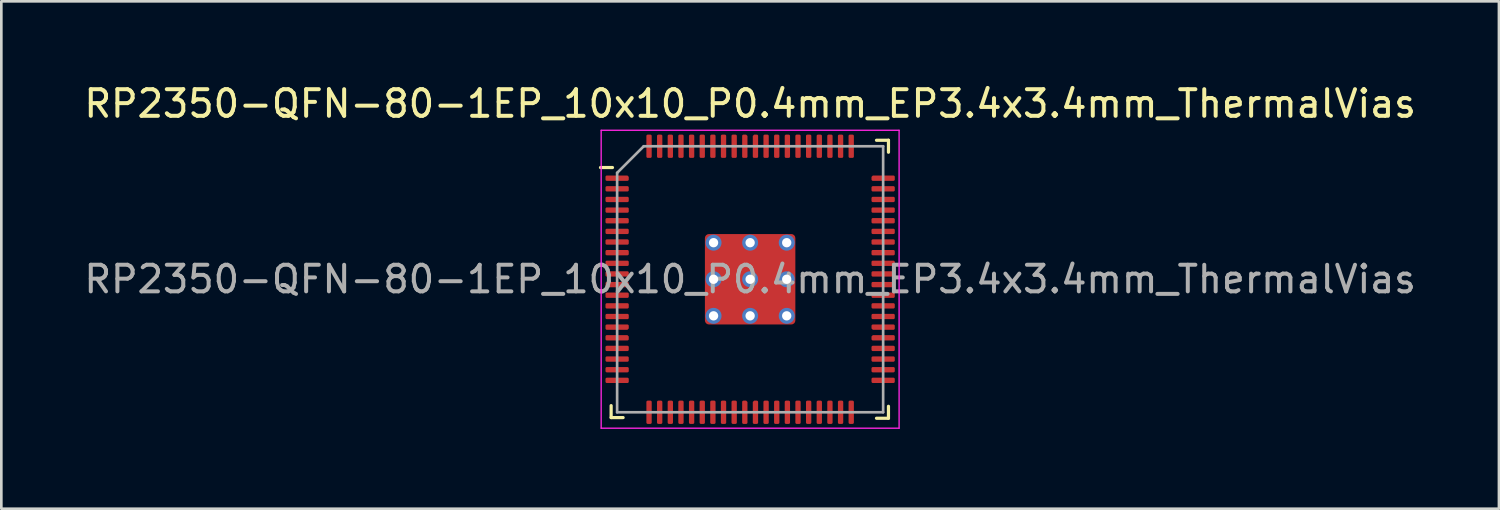
<source format=kicad_pcb>
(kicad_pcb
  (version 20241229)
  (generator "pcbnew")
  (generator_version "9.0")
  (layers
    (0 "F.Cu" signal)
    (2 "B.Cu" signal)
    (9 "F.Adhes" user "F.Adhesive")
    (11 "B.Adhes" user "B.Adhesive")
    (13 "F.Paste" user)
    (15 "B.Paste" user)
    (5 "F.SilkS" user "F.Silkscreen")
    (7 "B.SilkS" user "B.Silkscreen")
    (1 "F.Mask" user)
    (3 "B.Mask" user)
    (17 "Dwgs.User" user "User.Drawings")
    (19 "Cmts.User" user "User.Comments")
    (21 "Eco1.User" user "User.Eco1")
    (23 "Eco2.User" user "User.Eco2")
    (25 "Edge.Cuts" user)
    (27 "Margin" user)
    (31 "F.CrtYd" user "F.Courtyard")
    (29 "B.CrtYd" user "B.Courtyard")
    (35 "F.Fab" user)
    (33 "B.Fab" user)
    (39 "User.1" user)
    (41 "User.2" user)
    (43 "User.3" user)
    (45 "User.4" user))
  (footprint "RP2350-QFN-80-1EP_10x10_P0.4mm_EP3.4x3.4mm_ThermalVias"
    (layer "F.Cu")
    (at 25.149 7.448)
    (property "Reference" "RP2350-QFN-80-1EP_10x10_P0.4mm_EP3.4x3.4mm_ThermalVias" (at 0 -6.6 0) (layer "F.SilkS") (effects (font (size 1 1) (thickness 0.15))))
    (attr smd)
    (fp_line (start -5.225 5.2) (end -5.225 4.75) (stroke (width 0.12) (type solid)) (layer "F.SilkS"))
    (fp_line (start -5.175 -4.2) (end -5.625 -4.2) (stroke (width 0.12) (type solid)) (layer "F.SilkS"))
    (fp_line (start -4.775 5.2) (end -5.225 5.2) (stroke (width 0.12) (type solid)) (layer "F.SilkS"))
    (fp_line (start 4.75 -5.225) (end 5.2 -5.225) (stroke (width 0.12) (type solid)) (layer "F.SilkS"))
    (fp_line (start 4.75 5.225) (end 5.2 5.225) (stroke (width 0.12) (type solid)) (layer "F.SilkS"))
    (fp_line (start 5.2 -5.225) (end 5.2 -4.775) (stroke (width 0.12) (type solid)) (layer "F.SilkS"))
    (fp_line (start 5.2 5.225) (end 5.2 4.775) (stroke (width 0.12) (type solid)) (layer "F.SilkS"))
    (fp_line (start -5.6 -5.6) (end -5.6 5.6) (stroke (width 0.05) (type solid)) (layer "F.CrtYd"))
    (fp_line (start -5.6 5.6) (end 5.6 5.6) (stroke (width 0.05) (type solid)) (layer "F.CrtYd"))
    (fp_line (start 5.6 -5.6) (end -5.6 -5.6) (stroke (width 0.05) (type solid)) (layer "F.CrtYd"))
    (fp_line (start 5.6 5.6) (end 5.6 -5.6) (stroke (width 0.05) (type solid)) (layer "F.CrtYd"))
    (fp_line (start -5 -4) (end -4 -5) (stroke (width 0.1) (type solid)) (layer "F.Fab"))
    (fp_line (start -5 5) (end -5 -4) (stroke (width 0.1) (type solid)) (layer "F.Fab"))
    (fp_line (start -4 -5) (end 5 -5) (stroke (width 0.1) (type solid)) (layer "F.Fab"))
    (fp_line (start 5 -5) (end 5 5) (stroke (width 0.1) (type solid)) (layer "F.Fab"))
    (fp_line (start 5 5) (end -5 5) (stroke (width 0.1) (type solid)) (layer "F.Fab"))
    (fp_text user "${REFERENCE}" (at 0 0 0) (layer "F.Fab") (effects (font (size 1 1) (thickness 0.15))))
    (pad "" smd roundrect (at -0.7 -0.7) (size 1.2 1.2) (layers "F.Paste") (roundrect_rratio 0.208))
    (pad "" smd roundrect (at -0.7 0.7) (size 1.2 1.2) (layers "F.Paste") (roundrect_rratio 0.208))
    (pad "" smd roundrect (at 0.7 -0.7) (size 1.2 1.2) (layers "F.Paste") (roundrect_rratio 0.208))
    (pad "" smd roundrect (at 0.7 0.7) (size 1.2 1.2) (layers "F.Paste") (roundrect_rratio 0.208))
    (pad "1" smd roundrect (at -5 -3.8) (size 0.875 0.2) (layers "F.Cu" "F.Mask" "F.Paste") (roundrect_rratio 0.25) (chamfer_ratio 0.25) (chamfer top_right))
    (pad "2" smd roundrect (at -5 -3.4) (size 0.875 0.2) (layers "F.Cu" "F.Mask" "F.Paste") (roundrect_rratio 0.25))
    (pad "3" smd roundrect (at -5 -3) (size 0.875 0.2) (layers "F.Cu" "F.Mask" "F.Paste") (roundrect_rratio 0.25))
    (pad "4" smd roundrect (at -5 -2.6) (size 0.875 0.2) (layers "F.Cu" "F.Mask" "F.Paste") (roundrect_rratio 0.25))
    (pad "5" smd roundrect (at -5 -2.2) (size 0.875 0.2) (layers "F.Cu" "F.Mask" "F.Paste") (roundrect_rratio 0.25))
    (pad "6" smd roundrect (at -5 -1.8) (size 0.875 0.2) (layers "F.Cu" "F.Mask" "F.Paste") (roundrect_rratio 0.25))
    (pad "7" smd roundrect (at -5 -1.4) (size 0.875 0.2) (layers "F.Cu" "F.Mask" "F.Paste") (roundrect_rratio 0.25))
    (pad "8" smd roundrect (at -5 -1) (size 0.875 0.2) (layers "F.Cu" "F.Mask" "F.Paste") (roundrect_rratio 0.25))
    (pad "9" smd roundrect (at -5 -0.6) (size 0.875 0.2) (layers "F.Cu" "F.Mask" "F.Paste") (roundrect_rratio 0.25))
    (pad "10" smd roundrect (at -5 -0.2) (size 0.875 0.2) (layers "F.Cu" "F.Mask" "F.Paste") (roundrect_rratio 0.25))
    (pad "11" smd roundrect (at -5 0.2) (size 0.875 0.2) (layers "F.Cu" "F.Mask" "F.Paste") (roundrect_rratio 0.25))
    (pad "12" smd roundrect (at -5 0.6) (size 0.875 0.2) (layers "F.Cu" "F.Mask" "F.Paste") (roundrect_rratio 0.25))
    (pad "13" smd roundrect (at -5 1) (size 0.875 0.2) (layers "F.Cu" "F.Mask" "F.Paste") (roundrect_rratio 0.25))
    (pad "14" smd roundrect (at -5 1.4) (size 0.875 0.2) (layers "F.Cu" "F.Mask" "F.Paste") (roundrect_rratio 0.25))
    (pad "15" smd roundrect (at -5 1.8) (size 0.875 0.2) (layers "F.Cu" "F.Mask" "F.Paste") (roundrect_rratio 0.25) (chamfer_ratio 0.25) (chamfer bottom_right))
    (pad "16" smd roundrect (at -5 2.2 270) (size 0.2 0.875) (layers "F.Cu" "F.Mask" "F.Paste") (roundrect_rratio 0.25) (chamfer_ratio 0.25) (chamfer top_left))
    (pad "17" smd roundrect (at -5 2.6 270) (size 0.2 0.875) (layers "F.Cu" "F.Mask" "F.Paste") (roundrect_rratio 0.25))
    (pad "18" smd roundrect (at -5 3 270) (size 0.2 0.875) (layers "F.Cu" "F.Mask" "F.Paste") (roundrect_rratio 0.25))
    (pad "19" smd roundrect (at -5 3.4 270) (size 0.2 0.875) (layers "F.Cu" "F.Mask" "F.Paste") (roundrect_rratio 0.25))
    (pad "20" smd roundrect (at -5 3.8 270) (size 0.2 0.875) (layers "F.Cu" "F.Mask" "F.Paste") (roundrect_rratio 0.25))
    (pad "21" smd roundrect (at -3.8 5) (size 0.2 0.875) (layers "F.Cu" "F.Mask" "F.Paste") (roundrect_rratio 0.25))
    (pad "22" smd roundrect (at -3.4 5) (size 0.2 0.875) (layers "F.Cu" "F.Mask" "F.Paste") (roundrect_rratio 0.25))
    (pad "23" smd roundrect (at -3 5) (size 0.2 0.875) (layers "F.Cu" "F.Mask" "F.Paste") (roundrect_rratio 0.25))
    (pad "24" smd roundrect (at -2.6 5) (size 0.2 0.875) (layers "F.Cu" "F.Mask" "F.Paste") (roundrect_rratio 0.25))
    (pad "25" smd roundrect (at -2.2 5) (size 0.2 0.875) (layers "F.Cu" "F.Mask" "F.Paste") (roundrect_rratio 0.25))
    (pad "26" smd roundrect (at -1.8 5) (size 0.2 0.875) (layers "F.Cu" "F.Mask" "F.Paste") (roundrect_rratio 0.25))
    (pad "27" smd roundrect (at -1.4 5) (size 0.2 0.875) (layers "F.Cu" "F.Mask" "F.Paste") (roundrect_rratio 0.25))
    (pad "28" smd roundrect (at -1 5) (size 0.2 0.875) (layers "F.Cu" "F.Mask" "F.Paste") (roundrect_rratio 0.25))
    (pad "29" smd roundrect (at -0.6 5) (size 0.2 0.875) (layers "F.Cu" "F.Mask" "F.Paste") (roundrect_rratio 0.25))
    (pad "30" smd roundrect (at -0.2 5) (size 0.2 0.875) (layers "F.Cu" "F.Mask" "F.Paste") (roundrect_rratio 0.25) (chamfer_ratio 0.25) (chamfer top_right))
    (pad "31" smd roundrect (at 0.2 5 270) (size 0.875 0.2) (layers "F.Cu" "F.Mask" "F.Paste") (roundrect_rratio 0.25) (chamfer_ratio 0.25) (chamfer bottom_left))
    (pad "32" smd roundrect (at 0.6 5 270) (size 0.875 0.2) (layers "F.Cu" "F.Mask" "F.Paste") (roundrect_rratio 0.25))
    (pad "33" smd roundrect (at 1 5 270) (size 0.875 0.2) (layers "F.Cu" "F.Mask" "F.Paste") (roundrect_rratio 0.25))
    (pad "34" smd roundrect (at 1.4 5 270) (size 0.875 0.2) (layers "F.Cu" "F.Mask" "F.Paste") (roundrect_rratio 0.25))
    (pad "35" smd roundrect (at 1.8 5 270) (size 0.875 0.2) (layers "F.Cu" "F.Mask" "F.Paste") (roundrect_rratio 0.25))
    (pad "36" smd roundrect (at 2.2 5 270) (size 0.875 0.2) (layers "F.Cu" "F.Mask" "F.Paste") (roundrect_rratio 0.25))
    (pad "37" smd roundrect (at 2.6 5 270) (size 0.875 0.2) (layers "F.Cu" "F.Mask" "F.Paste") (roundrect_rratio 0.25))
    (pad "38" smd roundrect (at 3 5 270) (size 0.875 0.2) (layers "F.Cu" "F.Mask" "F.Paste") (roundrect_rratio 0.25))
    (pad "39" smd roundrect (at 3.4 5 270) (size 0.875 0.2) (layers "F.Cu" "F.Mask" "F.Paste") (roundrect_rratio 0.25))
    (pad "40" smd roundrect (at 3.8 5 270) (size 0.875 0.2) (layers "F.Cu" "F.Mask" "F.Paste") (roundrect_rratio 0.25))
    (pad "41" smd roundrect (at 5 3.8) (size 0.875 0.2) (layers "F.Cu" "F.Mask" "F.Paste") (roundrect_rratio 0.25))
    (pad "42" smd roundrect (at 5 3.4) (size 0.875 0.2) (layers "F.Cu" "F.Mask" "F.Paste") (roundrect_rratio 0.25))
    (pad "43" smd roundrect (at 5 3) (size 0.875 0.2) (layers "F.Cu" "F.Mask" "F.Paste") (roundrect_rratio 0.25))
    (pad "44" smd roundrect (at 5 2.6) (size 0.875 0.2) (layers "F.Cu" "F.Mask" "F.Paste") (roundrect_rratio 0.25))
    (pad "45" smd roundrect (at 5 2.2) (size 0.875 0.2) (layers "F.Cu" "F.Mask" "F.Paste") (roundrect_rratio 0.25) (chamfer_ratio 0.25) (chamfer top_left))
    (pad "46" smd roundrect (at 5 1.8 270) (size 0.2 0.875) (layers "F.Cu" "F.Mask" "F.Paste") (roundrect_rratio 0.25) (chamfer_ratio 0.25) (chamfer bottom_right))
    (pad "47" smd roundrect (at 5 1.4 270) (size 0.2 0.875) (layers "F.Cu" "F.Mask" "F.Paste") (roundrect_rratio 0.25))
    (pad "48" smd roundrect (at 5 1 270) (size 0.2 0.875) (layers "F.Cu" "F.Mask" "F.Paste") (roundrect_rratio 0.25))
    (pad "49" smd roundrect (at 5 0.6 270) (size 0.2 0.875) (layers "F.Cu" "F.Mask" "F.Paste") (roundrect_rratio 0.25))
    (pad "50" smd roundrect (at 5 0.2 270) (size 0.2 0.875) (layers "F.Cu" "F.Mask" "F.Paste") (roundrect_rratio 0.25))
    (pad "51" smd roundrect (at 5 -0.2 270) (size 0.2 0.875) (layers "F.Cu" "F.Mask" "F.Paste") (roundrect_rratio 0.25))
    (pad "52" smd roundrect (at 5 -0.6 270) (size 0.2 0.875) (layers "F.Cu" "F.Mask" "F.Paste") (roundrect_rratio 0.25))
    (pad "53" smd roundrect (at 5 -1 270) (size 0.2 0.875) (layers "F.Cu" "F.Mask" "F.Paste") (roundrect_rratio 0.25))
    (pad "54" smd roundrect (at 5 -1.4 270) (size 0.2 0.875) (layers "F.Cu" "F.Mask" "F.Paste") (roundrect_rratio 0.25))
    (pad "55" smd roundrect (at 5 -1.8 270) (size 0.2 0.875) (layers "F.Cu" "F.Mask" "F.Paste") (roundrect_rratio 0.25))
    (pad "56" smd roundrect (at 5 -2.2 270) (size 0.2 0.875) (layers "F.Cu" "F.Mask" "F.Paste") (roundrect_rratio 0.25))
    (pad "57" smd roundrect (at 5 -2.6 270) (size 0.2 0.875) (layers "F.Cu" "F.Mask" "F.Paste") (roundrect_rratio 0.25))
    (pad "58" smd roundrect (at 5 -3 270) (size 0.2 0.875) (layers "F.Cu" "F.Mask" "F.Paste") (roundrect_rratio 0.25))
    (pad "59" smd roundrect (at 5 -3.4 270) (size 0.2 0.875) (layers "F.Cu" "F.Mask" "F.Paste") (roundrect_rratio 0.25))
    (pad "60" smd roundrect (at 5 -3.8 270) (size 0.2 0.875) (layers "F.Cu" "F.Mask" "F.Paste") (roundrect_rratio 0.25) (chamfer_ratio 0.25) (chamfer bottom_left))
    (pad "61" smd roundrect (at 3.8 -5 270) (size 0.875 0.2) (layers "F.Cu" "F.Mask" "F.Paste") (roundrect_rratio 0.25))
    (pad "62" smd roundrect (at 3.4 -5 270) (size 0.875 0.2) (layers "F.Cu" "F.Mask" "F.Paste") (roundrect_rratio 0.25))
    (pad "63" smd roundrect (at 3 -5 270) (size 0.875 0.2) (layers "F.Cu" "F.Mask" "F.Paste") (roundrect_rratio 0.25))
    (pad "64" smd roundrect (at 2.6 -5 270) (size 0.875 0.2) (layers "F.Cu" "F.Mask" "F.Paste") (roundrect_rratio 0.25))
    (pad "65" smd roundrect (at 2.2 -5 270) (size 0.875 0.2) (layers "F.Cu" "F.Mask" "F.Paste") (roundrect_rratio 0.25))
    (pad "66" smd roundrect (at 1.8 -5 270) (size 0.875 0.2) (layers "F.Cu" "F.Mask" "F.Paste") (roundrect_rratio 0.25))
    (pad "67" smd roundrect (at 1.4 -5 270) (size 0.875 0.2) (layers "F.Cu" "F.Mask" "F.Paste") (roundrect_rratio 0.25))
    (pad "68" smd roundrect (at 1 -5 270) (size 0.875 0.2) (layers "F.Cu" "F.Mask" "F.Paste") (roundrect_rratio 0.25))
    (pad "69" smd roundrect (at 0.6 -5 270) (size 0.875 0.2) (layers "F.Cu" "F.Mask" "F.Paste") (roundrect_rratio 0.25))
    (pad "70" smd roundrect (at 0.2 -5 270) (size 0.875 0.2) (layers "F.Cu" "F.Mask" "F.Paste") (roundrect_rratio 0.25) (chamfer_ratio 0.25) (chamfer bottom_left))
    (pad "71" smd roundrect (at -0.2 -5) (size 0.2 0.875) (layers "F.Cu" "F.Mask" "F.Paste") (roundrect_rratio 0.25) (chamfer_ratio 0.25) (chamfer top_right))
    (pad "72" smd roundrect (at -0.6 -5) (size 0.2 0.875) (layers "F.Cu" "F.Mask" "F.Paste") (roundrect_rratio 0.25))
    (pad "73" smd roundrect (at -1 -5) (size 0.2 0.875) (layers "F.Cu" "F.Mask" "F.Paste") (roundrect_rratio 0.25))
    (pad "74" smd roundrect (at -1.4 -5) (size 0.2 0.875) (layers "F.Cu" "F.Mask" "F.Paste") (roundrect_rratio 0.25))
    (pad "75" smd roundrect (at -1.8 -5) (size 0.2 0.875) (layers "F.Cu" "F.Mask" "F.Paste") (roundrect_rratio 0.25))
    (pad "76" smd roundrect (at -2.2 -5) (size 0.2 0.875) (layers "F.Cu" "F.Mask" "F.Paste") (roundrect_rratio 0.25))
    (pad "77" smd roundrect (at -2.6 -5) (size 0.2 0.875) (layers "F.Cu" "F.Mask" "F.Paste") (roundrect_rratio 0.25))
    (pad "78" smd roundrect (at -3 -5) (size 0.2 0.875) (layers "F.Cu" "F.Mask" "F.Paste") (roundrect_rratio 0.25))
    (pad "79" smd roundrect (at -3.4 -5) (size 0.2 0.875) (layers "F.Cu" "F.Mask" "F.Paste") (roundrect_rratio 0.25))
    (pad "80" smd roundrect (at -3.8 -5) (size 0.2 0.875) (layers "F.Cu" "F.Mask" "F.Paste") (roundrect_rratio 0.25))
    (pad "81" thru_hole circle (at -1.375 -1.375) (size 0.6 0.6) (drill 0.35) (layers "*.Cu"))
    (pad "81" thru_hole circle (at -1.375 0) (size 0.6 0.6) (drill 0.35) (layers "*.Cu"))
    (pad "81" thru_hole circle (at -1.375 1.375) (size 0.6 0.6) (drill 0.35) (layers "*.Cu"))
    (pad "81" thru_hole circle (at 0 -1.375) (size 0.6 0.6) (drill 0.35) (layers "*.Cu"))
    (pad "81" thru_hole circle (at 0 0) (size 0.6 0.6) (drill 0.35) (layers "*.Cu"))
    (pad "81" smd roundrect (at 0 0 90) (size 3.4 3.4) (layers "F.Cu" "F.Mask") (roundrect_rratio 0.045))
    (pad "81" thru_hole circle (at 0 1.375) (size 0.6 0.6) (drill 0.35) (layers "*.Cu"))
    (pad "81" thru_hole circle (at 1.375 -1.375) (size 0.6 0.6) (drill 0.35) (layers "*.Cu"))
    (pad "81" thru_hole circle (at 1.375 0) (size 0.6 0.6) (drill 0.35) (layers "*.Cu"))
    (pad "81" thru_hole circle (at 1.375 1.375) (size 0.6 0.6) (drill 0.35) (layers "*.Cu")))
  (gr_rect
    (start -3 -3)
    (end 53.298 16.073)
    (stroke (width 0.1) (type default))
    (fill no)
    (layer "Edge.Cuts")))
</source>
